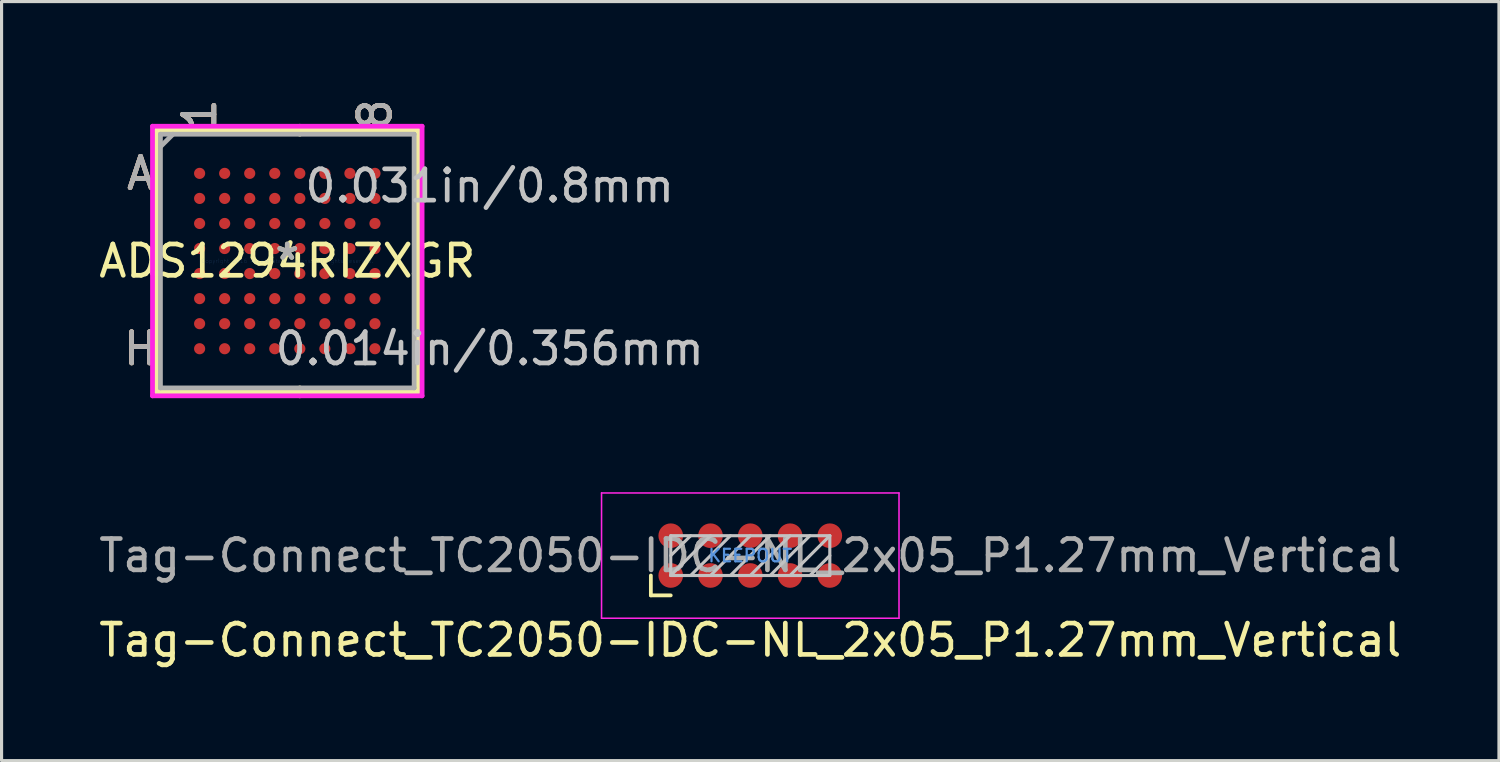
<source format=kicad_pcb>
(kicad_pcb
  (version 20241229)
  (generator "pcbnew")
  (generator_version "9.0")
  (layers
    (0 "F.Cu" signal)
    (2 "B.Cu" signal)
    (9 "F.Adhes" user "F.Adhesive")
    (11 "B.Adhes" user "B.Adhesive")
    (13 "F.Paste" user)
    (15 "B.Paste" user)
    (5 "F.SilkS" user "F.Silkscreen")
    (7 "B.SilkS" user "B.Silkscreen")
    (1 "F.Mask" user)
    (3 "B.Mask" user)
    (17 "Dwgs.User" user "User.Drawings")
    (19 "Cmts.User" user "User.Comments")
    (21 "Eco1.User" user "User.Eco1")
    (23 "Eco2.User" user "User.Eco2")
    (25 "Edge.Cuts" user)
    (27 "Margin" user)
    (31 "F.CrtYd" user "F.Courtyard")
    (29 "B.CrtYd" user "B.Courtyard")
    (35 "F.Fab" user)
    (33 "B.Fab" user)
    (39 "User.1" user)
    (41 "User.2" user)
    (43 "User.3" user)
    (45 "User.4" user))
  (footprint "Tag-Connect_TC2050-IDC-NL_2x05_P1.27mm_Vertical"
    (layer "F.Cu")
    (at 20.911 14.694)
    (property "Reference" "Tag-Connect_TC2050-IDC-NL_2x05_P1.27mm_Vertical" (at 0 2.7 0) (layer "F.SilkS") (effects (font (size 1 1) (thickness 0.15))))
    (attr exclude_from_pos_files exclude_from_bom)
    (fp_line (start -3.175 1.27) (end -3.175 0.635) (stroke (width 0.12) (type solid)) (layer "F.SilkS"))
    (fp_line (start -2.54 1.27) (end -3.175 1.27) (stroke (width 0.12) (type solid)) (layer "F.SilkS"))
    (fp_line (start -2.54 -0.635) (end 2.54 -0.635) (stroke (width 0.1) (type solid)) (layer "Dwgs.User"))
    (fp_line (start -2.54 0) (end -1.905 -0.635) (stroke (width 0.1) (type solid)) (layer "Dwgs.User"))
    (fp_line (start -2.54 0.635) (end -2.54 -0.635) (stroke (width 0.1) (type solid)) (layer "Dwgs.User"))
    (fp_line (start -2.54 0.635) (end -1.27 -0.635) (stroke (width 0.1) (type solid)) (layer "Dwgs.User"))
    (fp_line (start -1.905 0.635) (end -0.635 -0.635) (stroke (width 0.1) (type solid)) (layer "Dwgs.User"))
    (fp_line (start -1.27 0.635) (end 0 -0.635) (stroke (width 0.1) (type solid)) (layer "Dwgs.User"))
    (fp_line (start -0.635 0.635) (end 0.635 -0.635) (stroke (width 0.1) (type solid)) (layer "Dwgs.User"))
    (fp_line (start 0 0.635) (end 1.27 -0.635) (stroke (width 0.1) (type solid)) (layer "Dwgs.User"))
    (fp_line (start 0.635 0.635) (end 1.905 -0.635) (stroke (width 0.1) (type solid)) (layer "Dwgs.User"))
    (fp_line (start 1.27 0.635) (end 2.54 -0.635) (stroke (width 0.1) (type solid)) (layer "Dwgs.User"))
    (fp_line (start 1.905 0.635) (end 2.54 0) (stroke (width 0.1) (type solid)) (layer "Dwgs.User"))
    (fp_line (start 2.54 -0.635) (end 2.54 0.635) (stroke (width 0.1) (type solid)) (layer "Dwgs.User"))
    (fp_line (start 2.54 0.635) (end -2.54 0.635) (stroke (width 0.1) (type solid)) (layer "Dwgs.User"))
    (fp_line (start -4.75 -2) (end 4.75 -2) (stroke (width 0.05) (type solid)) (layer "F.CrtYd"))
    (fp_line (start -4.75 2) (end -4.75 -2) (stroke (width 0.05) (type solid)) (layer "F.CrtYd"))
    (fp_line (start 4.75 -2) (end 4.75 2) (stroke (width 0.05) (type solid)) (layer "F.CrtYd"))
    (fp_line (start 4.75 2) (end -4.75 2) (stroke (width 0.05) (type solid)) (layer "F.CrtYd"))
    (fp_text user "KEEPOUT" (at 0 0 0) (layer "Cmts.User") (effects (font (size 0.4 0.4) (thickness 0.07))))
    (fp_text user "${REFERENCE}" (at 0 0 0) (layer "F.Fab") (effects (font (size 1 1) (thickness 0.15))))
    (pad "1" connect circle (at -2.54 0.635) (size 0.787 0.787) (layers "F.Cu" "F.Mask"))
    (pad "2" connect circle (at -1.27 0.635) (size 0.787 0.787) (layers "F.Cu" "F.Mask"))
    (pad "3" connect circle (at 0 0.635) (size 0.787 0.787) (layers "F.Cu" "F.Mask"))
    (pad "4" connect circle (at 1.27 0.635) (size 0.787 0.787) (layers "F.Cu" "F.Mask"))
    (pad "5" connect circle (at 2.54 0.635) (size 0.787 0.787) (layers "F.Cu" "F.Mask"))
    (pad "6" connect circle (at 2.54 -0.635) (size 0.787 0.787) (layers "F.Cu" "F.Mask"))
    (pad "7" connect circle (at 1.27 -0.635) (size 0.787 0.787) (layers "F.Cu" "F.Mask"))
    (pad "8" connect circle (at 0 -0.635) (size 0.787 0.787) (layers "F.Cu" "F.Mask"))
    (pad "9" connect circle (at -1.27 -0.635) (size 0.787 0.787) (layers "F.Cu" "F.Mask"))
    (pad "10" connect circle (at -2.54 -0.635) (size 0.787 0.787) (layers "F.Cu" "F.Mask")))
  (footprint "ADS1294RIZXGR"
    (layer "F.Cu")
    (at 6.125 5.287)
    (property "Reference" "ADS1294RIZXGR" (at 0 0 0) (layer "F.SilkS") (effects (font (size 1 1) (thickness 0.15))))
    (attr through_hole)
    (fp_line (start -4.178 -4.178) (end -4.178 4.178) (stroke (width 0.152) (type solid)) (layer "F.SilkS"))
    (fp_line (start -4.178 4.178) (end 4.178 4.178) (stroke (width 0.152) (type solid)) (layer "F.SilkS"))
    (fp_line (start -4.051 0.4) (end -4.305 0.4) (stroke (width 0.152) (type solid)) (layer "F.SilkS"))
    (fp_line (start 0.4 -4.051) (end 0.4 -4.305) (stroke (width 0.152) (type solid)) (layer "F.SilkS"))
    (fp_line (start 0.4 4.051) (end 0.4 4.305) (stroke (width 0.152) (type solid)) (layer "F.SilkS"))
    (fp_line (start 4.051 0.4) (end 4.305 0.4) (stroke (width 0.152) (type solid)) (layer "F.SilkS"))
    (fp_line (start 4.178 -4.178) (end -4.178 -4.178) (stroke (width 0.152) (type solid)) (layer "F.SilkS"))
    (fp_line (start 4.178 4.178) (end 4.178 -4.178) (stroke (width 0.152) (type solid)) (layer "F.SilkS"))
    (fp_line (start -4.305 -4.305) (end 4.305 -4.305) (stroke (width 0.152) (type solid)) (layer "F.CrtYd"))
    (fp_line (start -4.305 4.305) (end -4.305 -4.305) (stroke (width 0.152) (type solid)) (layer "F.CrtYd"))
    (fp_line (start 4.305 -4.305) (end 4.305 4.305) (stroke (width 0.152) (type solid)) (layer "F.CrtYd"))
    (fp_line (start 4.305 4.305) (end -4.305 4.305) (stroke (width 0.152) (type solid)) (layer "F.CrtYd"))
    (fp_line (start -4.051 -4.051) (end -4.051 4.051) (stroke (width 0.152) (type solid)) (layer "F.Fab"))
    (fp_line (start -4.051 4.051) (end 4.051 4.051) (stroke (width 0.152) (type solid)) (layer "F.Fab"))
    (fp_line (start -3.651 -4.051) (end -4.051 -3.651) (stroke (width 0.152) (type solid)) (layer "F.Fab"))
    (fp_line (start 4.051 -4.051) (end -4.051 -4.051) (stroke (width 0.152) (type solid)) (layer "F.Fab"))
    (fp_line (start 4.051 4.051) (end 4.051 -4.051) (stroke (width 0.152) (type solid)) (layer "F.Fab"))
    (fp_text user "*" (at 0 0 0) (layer "F.SilkS") (effects (font (size 1 1) (thickness 0.15))))
    (fp_text user "8" (at 2.8 -4.686 90) (layer "F.SilkS") (effects (font (size 1 1) (thickness 0.15))))
    (fp_text user "A" (at -4.686 -2.8 0) (layer "F.SilkS") (effects (font (size 1 1) (thickness 0.15))))
    (fp_text user "H" (at -4.686 2.8 0) (layer "F.SilkS") (effects (font (size 1 1) (thickness 0.15))))
    (fp_text user "1" (at -2.8 -4.686 90) (layer "F.SilkS") (effects (font (size 1 1) (thickness 0.15))))
    (fp_text user "A" (at -4.686 -2.8 0) (layer "B.SilkS") (effects (font (size 1 1) (thickness 0.15))))
    (fp_text user "1" (at -2.8 -4.686 90) (layer "B.SilkS") (effects (font (size 1 1) (thickness 0.15))))
    (fp_text user "8" (at 2.8 -4.686 90) (layer "B.SilkS") (effects (font (size 1 1) (thickness 0.15))))
    (fp_text user "H" (at -4.686 2.8 0) (layer "B.SilkS") (effects (font (size 1 1) (thickness 0.15))))
    (fp_text user "0.014in/0.356mm" (at 6.464 2.8 0) (layer "Dwgs.User") (effects (font (size 1 1) (thickness 0.15))))
    (fp_text user "0.031in/0.8mm" (at 6.464 -2.4 0) (layer "Dwgs.User") (effects (font (size 1 1) (thickness 0.15))))
    (fp_text user "Copyright 2016 Accelerated Designs. All rights reserved." (at 0 0 0) (layer "Cmts.User") (effects (font (size 0.127 0.127) (thickness 0.002))))
    (fp_text user "1" (at -2.8 -4.686 90) (layer "F.Fab") (effects (font (size 1 1) (thickness 0.15))))
    (fp_text user "*" (at 0 0 0) (layer "F.Fab") (effects (font (size 1 1) (thickness 0.15))))
    (fp_text user "H" (at -4.686 2.8 0) (layer "F.Fab") (effects (font (size 1 1) (thickness 0.15))))
    (fp_text user "8" (at 2.8 -4.686 90) (layer "F.Fab") (effects (font (size 1 1) (thickness 0.15))))
    (fp_text user "A" (at -4.686 -2.8 0) (layer "F.Fab") (effects (font (size 1 1) (thickness 0.15))))
    (pad "1A" smd circle (at -2.8 -2.8) (size 0.356 0.356) (layers "F.Cu" "F.Mask" "F.Paste"))
    (pad "1B" smd circle (at -2.8 -2) (size 0.356 0.356) (layers "F.Cu" "F.Mask" "F.Paste"))
    (pad "1C" smd circle (at -2.8 -1.2) (size 0.356 0.356) (layers "F.Cu" "F.Mask" "F.Paste"))
    (pad "1D" smd circle (at -2.8 -0.4) (size 0.356 0.356) (layers "F.Cu" "F.Mask" "F.Paste"))
    (pad "1E" smd circle (at -2.8 0.4) (size 0.356 0.356) (layers "F.Cu" "F.Mask" "F.Paste"))
    (pad "1F" smd circle (at -2.8 1.2) (size 0.356 0.356) (layers "F.Cu" "F.Mask" "F.Paste"))
    (pad "1G" smd circle (at -2.8 2) (size 0.356 0.356) (layers "F.Cu" "F.Mask" "F.Paste"))
    (pad "1H" smd circle (at -2.8 2.8) (size 0.356 0.356) (layers "F.Cu" "F.Mask" "F.Paste"))
    (pad "2A" smd circle (at -2 -2.8) (size 0.356 0.356) (layers "F.Cu" "F.Mask" "F.Paste"))
    (pad "2B" smd circle (at -2 -2) (size 0.356 0.356) (layers "F.Cu" "F.Mask" "F.Paste"))
    (pad "2C" smd circle (at -2 -1.2) (size 0.356 0.356) (layers "F.Cu" "F.Mask" "F.Paste"))
    (pad "2D" smd circle (at -2 -0.4) (size 0.356 0.356) (layers "F.Cu" "F.Mask" "F.Paste"))
    (pad "2E" smd circle (at -2 0.4) (size 0.356 0.356) (layers "F.Cu" "F.Mask" "F.Paste"))
    (pad "2F" smd circle (at -2 1.2) (size 0.356 0.356) (layers "F.Cu" "F.Mask" "F.Paste"))
    (pad "2G" smd circle (at -2 2) (size 0.356 0.356) (layers "F.Cu" "F.Mask" "F.Paste"))
    (pad "2H" smd circle (at -2 2.8) (size 0.356 0.356) (layers "F.Cu" "F.Mask" "F.Paste"))
    (pad "3A" smd circle (at -1.2 -2.8) (size 0.356 0.356) (layers "F.Cu" "F.Mask" "F.Paste"))
    (pad "3B" smd circle (at -1.2 -2) (size 0.356 0.356) (layers "F.Cu" "F.Mask" "F.Paste"))
    (pad "3C" smd circle (at -1.2 -1.2) (size 0.356 0.356) (layers "F.Cu" "F.Mask" "F.Paste"))
    (pad "3D" smd circle (at -1.2 -0.4) (size 0.356 0.356) (layers "F.Cu" "F.Mask" "F.Paste"))
    (pad "3E" smd circle (at -1.2 0.4) (size 0.356 0.356) (layers "F.Cu" "F.Mask" "F.Paste"))
    (pad "3F" smd circle (at -1.2 1.2) (size 0.356 0.356) (layers "F.Cu" "F.Mask" "F.Paste"))
    (pad "3G" smd circle (at -1.2 2) (size 0.356 0.356) (layers "F.Cu" "F.Mask" "F.Paste"))
    (pad "3H" smd circle (at -1.2 2.8) (size 0.356 0.356) (layers "F.Cu" "F.Mask" "F.Paste"))
    (pad "4A" smd circle (at -0.4 -2.8) (size 0.356 0.356) (layers "F.Cu" "F.Mask" "F.Paste"))
    (pad "4B" smd circle (at -0.4 -2) (size 0.356 0.356) (layers "F.Cu" "F.Mask" "F.Paste"))
    (pad "4C" smd circle (at -0.4 -1.2) (size 0.356 0.356) (layers "F.Cu" "F.Mask" "F.Paste"))
    (pad "4D" smd circle (at -0.4 -0.4) (size 0.356 0.356) (layers "F.Cu" "F.Mask" "F.Paste"))
    (pad "4E" smd circle (at -0.4 0.4) (size 0.356 0.356) (layers "F.Cu" "F.Mask" "F.Paste"))
    (pad "4F" smd circle (at -0.4 1.2) (size 0.356 0.356) (layers "F.Cu" "F.Mask" "F.Paste"))
    (pad "4G" smd circle (at -0.4 2) (size 0.356 0.356) (layers "F.Cu" "F.Mask" "F.Paste"))
    (pad "4H" smd circle (at -0.4 2.8) (size 0.356 0.356) (layers "F.Cu" "F.Mask" "F.Paste"))
    (pad "5A" smd circle (at 0.4 -2.8) (size 0.356 0.356) (layers "F.Cu" "F.Mask" "F.Paste"))
    (pad "5B" smd circle (at 0.4 -2) (size 0.356 0.356) (layers "F.Cu" "F.Mask" "F.Paste"))
    (pad "5C" smd circle (at 0.4 -1.2) (size 0.356 0.356) (layers "F.Cu" "F.Mask" "F.Paste"))
    (pad "5D" smd circle (at 0.4 -0.4) (size 0.356 0.356) (layers "F.Cu" "F.Mask" "F.Paste"))
    (pad "5E" smd circle (at 0.4 0.4) (size 0.356 0.356) (layers "F.Cu" "F.Mask" "F.Paste"))
    (pad "5F" smd circle (at 0.4 1.2) (size 0.356 0.356) (layers "F.Cu" "F.Mask" "F.Paste"))
    (pad "5G" smd circle (at 0.4 2) (size 0.356 0.356) (layers "F.Cu" "F.Mask" "F.Paste"))
    (pad "5H" smd circle (at 0.4 2.8) (size 0.356 0.356) (layers "F.Cu" "F.Mask" "F.Paste"))
    (pad "6A" smd circle (at 1.2 -2.8) (size 0.356 0.356) (layers "F.Cu" "F.Mask" "F.Paste"))
    (pad "6B" smd circle (at 1.2 -2) (size 0.356 0.356) (layers "F.Cu" "F.Mask" "F.Paste"))
    (pad "6C" smd circle (at 1.2 -1.2) (size 0.356 0.356) (layers "F.Cu" "F.Mask" "F.Paste"))
    (pad "6D" smd circle (at 1.2 -0.4) (size 0.356 0.356) (layers "F.Cu" "F.Mask" "F.Paste"))
    (pad "6E" smd circle (at 1.2 0.4) (size 0.356 0.356) (layers "F.Cu" "F.Mask" "F.Paste"))
    (pad "6F" smd circle (at 1.2 1.2) (size 0.356 0.356) (layers "F.Cu" "F.Mask" "F.Paste"))
    (pad "6G" smd circle (at 1.2 2) (size 0.356 0.356) (layers "F.Cu" "F.Mask" "F.Paste"))
    (pad "6H" smd circle (at 1.2 2.8) (size 0.356 0.356) (layers "F.Cu" "F.Mask" "F.Paste"))
    (pad "7A" smd circle (at 2 -2.8) (size 0.356 0.356) (layers "F.Cu" "F.Mask" "F.Paste"))
    (pad "7B" smd circle (at 2 -2) (size 0.356 0.356) (layers "F.Cu" "F.Mask" "F.Paste"))
    (pad "7C" smd circle (at 2 -1.2) (size 0.356 0.356) (layers "F.Cu" "F.Mask" "F.Paste"))
    (pad "7D" smd circle (at 2 -0.4) (size 0.356 0.356) (layers "F.Cu" "F.Mask" "F.Paste"))
    (pad "7E" smd circle (at 2 0.4) (size 0.356 0.356) (layers "F.Cu" "F.Mask" "F.Paste"))
    (pad "7F" smd circle (at 2 1.2) (size 0.356 0.356) (layers "F.Cu" "F.Mask" "F.Paste"))
    (pad "7G" smd circle (at 2 2) (size 0.356 0.356) (layers "F.Cu" "F.Mask" "F.Paste"))
    (pad "7H" smd circle (at 2 2.8) (size 0.356 0.356) (layers "F.Cu" "F.Mask" "F.Paste"))
    (pad "8A" smd circle (at 2.8 -2.8) (size 0.356 0.356) (layers "F.Cu" "F.Mask" "F.Paste"))
    (pad "8B" smd circle (at 2.8 -2) (size 0.356 0.356) (layers "F.Cu" "F.Mask" "F.Paste"))
    (pad "8C" smd circle (at 2.8 -1.2) (size 0.356 0.356) (layers "F.Cu" "F.Mask" "F.Paste"))
    (pad "8D" smd circle (at 2.8 -0.4) (size 0.356 0.356) (layers "F.Cu" "F.Mask" "F.Paste"))
    (pad "8E" smd circle (at 2.8 0.4) (size 0.356 0.356) (layers "F.Cu" "F.Mask" "F.Paste"))
    (pad "8F" smd circle (at 2.8 1.2) (size 0.356 0.356) (layers "F.Cu" "F.Mask" "F.Paste"))
    (pad "8G" smd circle (at 2.8 2) (size 0.356 0.356) (layers "F.Cu" "F.Mask" "F.Paste"))
    (pad "8H" smd circle (at 2.8 2.8) (size 0.356 0.356) (layers "F.Cu" "F.Mask" "F.Paste")))
  (gr_rect
    (start -3 -3)
    (end 44.821 21.242)
    (stroke (width 0.1) (type default))
    (fill no)
    (layer "Edge.Cuts")))
</source>
